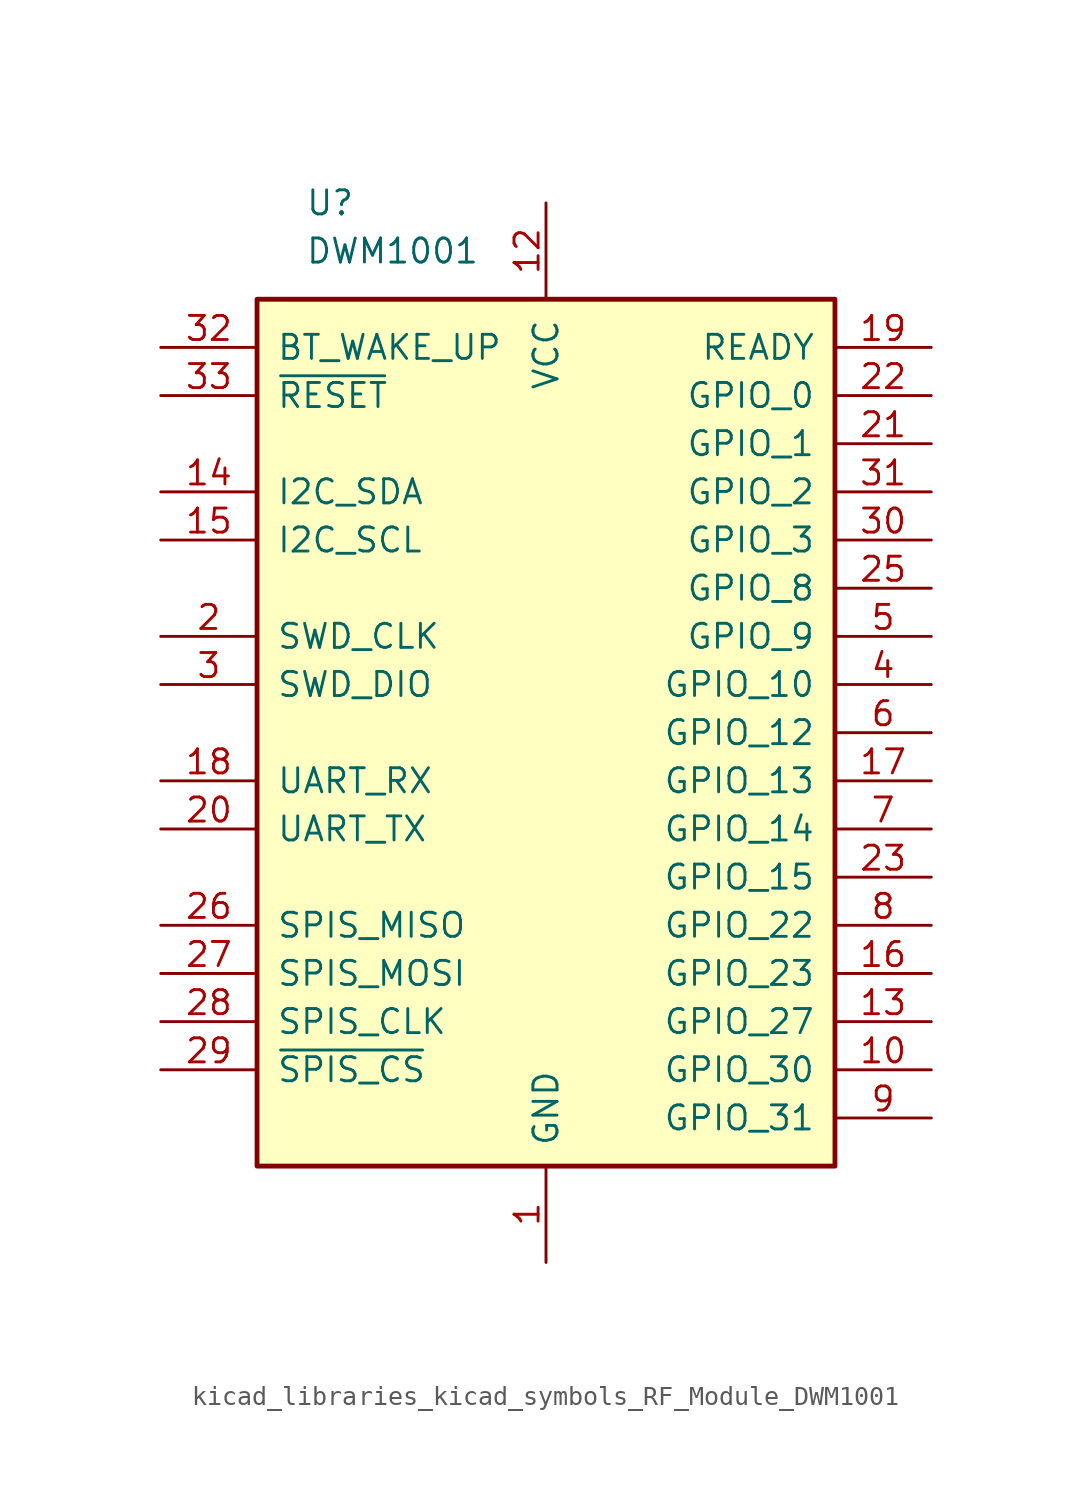
<source format=kicad_sym>
(kicad_symbol_lib
  (version 20220914)
  (generator kicad_symbol_editor)
  (symbol "kicad_libraries_kicad_symbols_RF_Module_DWM1001"
    (pin_names
      (offset 1.016))
    (property "Reference" "U"
      (at -12.7 27.94 0)
      (effects (font (size 1.27 1.27)) (justify left)))
    (property "Value" "DWM1001"
      (at -12.7 25.4 0)
      (effects (font (size 1.27 1.27)) (justify left)))
    (symbol "kicad_libraries_kicad_symbols_RF_Module_DWM1001_0_1"
      (rectangle (start 15.24 22.86) (end -15.24 -22.86) (stroke (width 0.254) (type default)) (fill (type background))))
    (symbol "kicad_libraries_kicad_symbols_RF_Module_DWM1001_1_1"
      (pin power_in line (at 0 -27.94 90) (length 5.08) (name "GND" (effects (font (size 1.27 1.27)))) (number "1" (effects (font (size 1.27 1.27)))))
      (pin bidirectional line (at 20.32 -17.78 180) (length 5.08) (name "GPIO_30" (effects (font (size 1.27 1.27)))) (number "10" (effects (font (size 1.27 1.27)))))
      (pin passive line (at 0 -27.94 90) (length 5.08) hide (name "GND" (effects (font (size 1.27 1.27)))) (number "11" (effects (font (size 1.27 1.27)))))
      (pin power_in line (at 0 27.94 270) (length 5.08) (name "VCC" (effects (font (size 1.27 1.27)))) (number "12" (effects (font (size 1.27 1.27)))))
      (pin bidirectional line (at 20.32 -15.24 180) (length 5.08) (name "GPIO_27" (effects (font (size 1.27 1.27)))) (number "13" (effects (font (size 1.27 1.27)))))
      (pin bidirectional line (at -20.32 12.7 0) (length 5.08) (name "I2C_SDA" (effects (font (size 1.27 1.27)))) (number "14" (effects (font (size 1.27 1.27)))))
      (pin output line (at -20.32 10.16 0) (length 5.08) (name "I2C_SCL" (effects (font (size 1.27 1.27)))) (number "15" (effects (font (size 1.27 1.27)))))
      (pin bidirectional line (at 20.32 -12.7 180) (length 5.08) (name "GPIO_23" (effects (font (size 1.27 1.27)))) (number "16" (effects (font (size 1.27 1.27)))))
      (pin bidirectional line (at 20.32 -2.54 180) (length 5.08) (name "GPIO_13" (effects (font (size 1.27 1.27)))) (number "17" (effects (font (size 1.27 1.27)))))
      (pin input line (at -20.32 -2.54 0) (length 5.08) (name "UART_RX" (effects (font (size 1.27 1.27)))) (number "18" (effects (font (size 1.27 1.27)))))
      (pin output line (at 20.32 20.32 180) (length 5.08) (name "READY" (effects (font (size 1.27 1.27)))) (number "19" (effects (font (size 1.27 1.27)))))
      (pin input line (at -20.32 5.08 0) (length 5.08) (name "SWD_CLK" (effects (font (size 1.27 1.27)))) (number "2" (effects (font (size 1.27 1.27)))))
      (pin output line (at -20.32 -5.08 0) (length 5.08) (name "UART_TX" (effects (font (size 1.27 1.27)))) (number "20" (effects (font (size 1.27 1.27)))))
      (pin bidirectional line (at 20.32 15.24 180) (length 5.08) (name "GPIO_1" (effects (font (size 1.27 1.27)))) (number "21" (effects (font (size 1.27 1.27)))))
      (pin bidirectional line (at 20.32 17.78 180) (length 5.08) (name "GPIO_0" (effects (font (size 1.27 1.27)))) (number "22" (effects (font (size 1.27 1.27)))))
      (pin bidirectional line (at 20.32 -7.62 180) (length 5.08) (name "GPIO_15" (effects (font (size 1.27 1.27)))) (number "23" (effects (font (size 1.27 1.27)))))
      (pin passive line (at 0 -27.94 90) (length 5.08) hide (name "GND" (effects (font (size 1.27 1.27)))) (number "24" (effects (font (size 1.27 1.27)))))
      (pin bidirectional line (at 20.32 7.62 180) (length 5.08) (name "GPIO_8" (effects (font (size 1.27 1.27)))) (number "25" (effects (font (size 1.27 1.27)))))
      (pin output line (at -20.32 -10.16 0) (length 5.08) (name "SPIS_MISO" (effects (font (size 1.27 1.27)))) (number "26" (effects (font (size 1.27 1.27)))))
      (pin tri_state line (at -20.32 -12.7 0) (length 5.08) (name "SPIS_MOSI" (effects (font (size 1.27 1.27)))) (number "27" (effects (font (size 1.27 1.27)))))
      (pin input line (at -20.32 -15.24 0) (length 5.08) (name "SPIS_CLK" (effects (font (size 1.27 1.27)))) (number "28" (effects (font (size 1.27 1.27)))))
      (pin input line (at -20.32 -17.78 0) (length 5.08) (name "~{SPIS_CS}" (effects (font (size 1.27 1.27)))) (number "29" (effects (font (size 1.27 1.27)))))
      (pin bidirectional line (at -20.32 2.54 0) (length 5.08) (name "SWD_DIO" (effects (font (size 1.27 1.27)))) (number "3" (effects (font (size 1.27 1.27)))))
      (pin bidirectional line (at 20.32 10.16 180) (length 5.08) (name "GPIO_3" (effects (font (size 1.27 1.27)))) (number "30" (effects (font (size 1.27 1.27)))))
      (pin bidirectional line (at 20.32 12.7 180) (length 5.08) (name "GPIO_2" (effects (font (size 1.27 1.27)))) (number "31" (effects (font (size 1.27 1.27)))))
      (pin input line (at -20.32 20.32 0) (length 5.08) (name "BT_WAKE_UP" (effects (font (size 1.27 1.27)))) (number "32" (effects (font (size 1.27 1.27)))))
      (pin input line (at -20.32 17.78 0) (length 5.08) (name "~{RESET}" (effects (font (size 1.27 1.27)))) (number "33" (effects (font (size 1.27 1.27)))))
      (pin passive line (at 0 -27.94 90) (length 5.08) hide (name "GND" (effects (font (size 1.27 1.27)))) (number "34" (effects (font (size 1.27 1.27)))))
      (pin bidirectional line (at 20.32 2.54 180) (length 5.08) (name "GPIO_10" (effects (font (size 1.27 1.27)))) (number "4" (effects (font (size 1.27 1.27)))))
      (pin bidirectional line (at 20.32 5.08 180) (length 5.08) (name "GPIO_9" (effects (font (size 1.27 1.27)))) (number "5" (effects (font (size 1.27 1.27)))))
      (pin bidirectional line (at 20.32 0 180) (length 5.08) (name "GPIO_12" (effects (font (size 1.27 1.27)))) (number "6" (effects (font (size 1.27 1.27)))))
      (pin bidirectional line (at 20.32 -5.08 180) (length 5.08) (name "GPIO_14" (effects (font (size 1.27 1.27)))) (number "7" (effects (font (size 1.27 1.27)))))
      (pin bidirectional line (at 20.32 -10.16 180) (length 5.08) (name "GPIO_22" (effects (font (size 1.27 1.27)))) (number "8" (effects (font (size 1.27 1.27)))))
      (pin bidirectional line (at 20.32 -20.32 180) (length 5.08) (name "GPIO_31" (effects (font (size 1.27 1.27)))) (number "9" (effects (font (size 1.27 1.27))))))))
</source>
